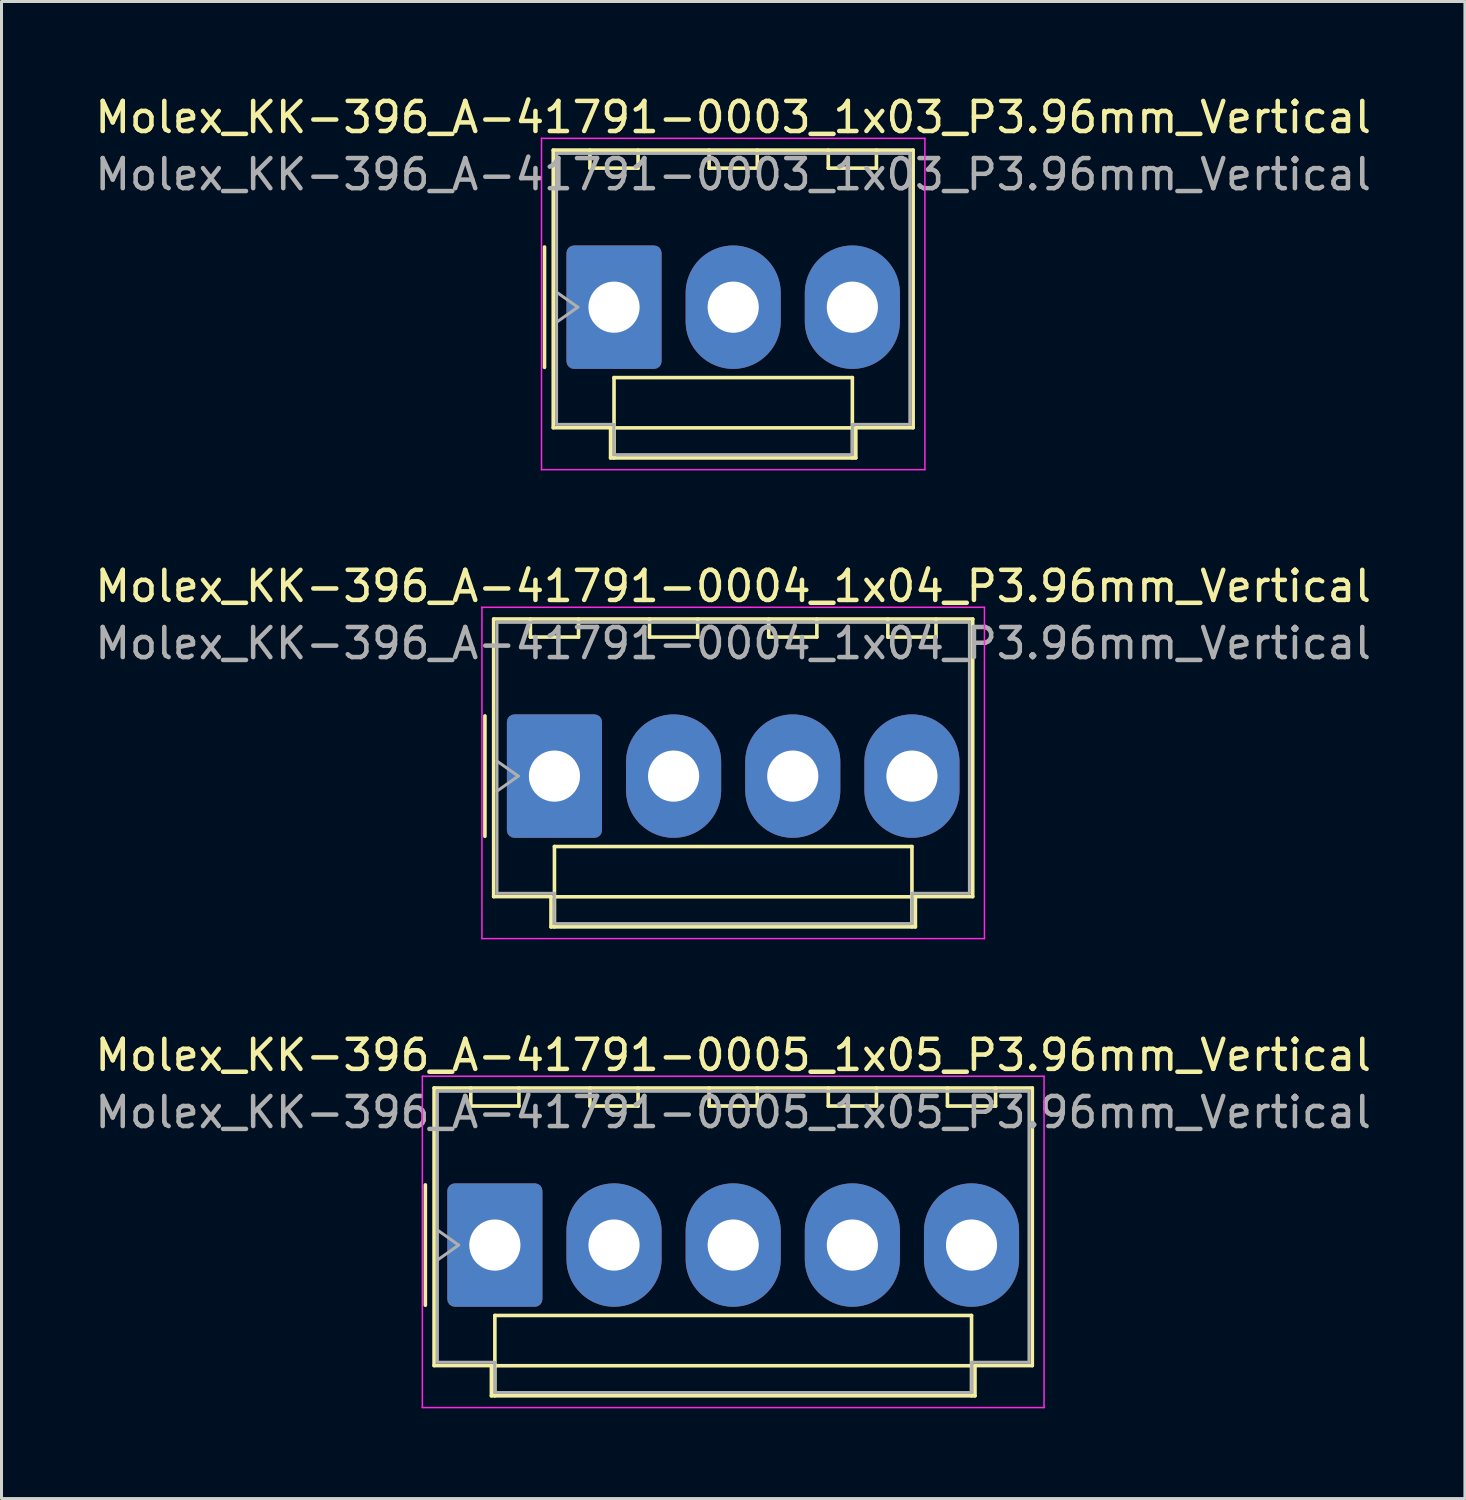
<source format=kicad_pcb>
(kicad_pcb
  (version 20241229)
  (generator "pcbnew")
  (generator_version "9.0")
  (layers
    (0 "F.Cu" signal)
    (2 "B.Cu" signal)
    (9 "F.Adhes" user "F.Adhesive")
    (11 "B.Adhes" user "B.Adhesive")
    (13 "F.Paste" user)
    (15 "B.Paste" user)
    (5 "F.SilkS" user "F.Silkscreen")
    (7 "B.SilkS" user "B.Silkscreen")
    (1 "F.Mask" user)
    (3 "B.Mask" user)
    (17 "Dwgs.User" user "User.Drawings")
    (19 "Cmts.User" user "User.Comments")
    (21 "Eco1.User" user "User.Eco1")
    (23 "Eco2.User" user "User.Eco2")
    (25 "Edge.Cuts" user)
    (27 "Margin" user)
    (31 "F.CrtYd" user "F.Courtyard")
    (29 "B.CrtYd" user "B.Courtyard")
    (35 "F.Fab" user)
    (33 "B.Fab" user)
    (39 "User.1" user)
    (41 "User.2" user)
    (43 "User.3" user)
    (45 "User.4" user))
  (footprint "Molex_KK-396_A-41791-0005_1x05_P3.96mm_Vertical"
    (layer "F.Cu")
    (at 13.395 38.325)
    (property "Reference" "Molex_KK-396_A-41791-0005_1x05_P3.96mm_Vertical" (at 7.92 -6.31 0) (layer "F.SilkS") (effects (font (size 1 1) (thickness 0.15))))
    (attr through_hole)
    (fp_line (start -2.31 -2) (end -2.31 2) (stroke (width 0.12) (type solid)) (layer "F.SilkS"))
    (fp_line (start -2.02 -5.22) (end 17.86 -5.22) (stroke (width 0.12) (type solid)) (layer "F.SilkS"))
    (fp_line (start -2.02 4.005) (end -2.02 -5.22) (stroke (width 0.12) (type solid)) (layer "F.SilkS"))
    (fp_line (start -0.8 -5.22) (end -0.8 -4.62) (stroke (width 0.12) (type solid)) (layer "F.SilkS"))
    (fp_line (start -0.8 -4.62) (end 0.8 -4.62) (stroke (width 0.12) (type solid)) (layer "F.SilkS"))
    (fp_line (start -0.115 4.005) (end -2.02 4.005) (stroke (width 0.12) (type solid)) (layer "F.SilkS"))
    (fp_line (start -0.115 5.01) (end -0.115 4.005) (stroke (width 0.12) (type solid)) (layer "F.SilkS"))
    (fp_line (start 0 2.34) (end 15.84 2.34) (stroke (width 0.12) (type solid)) (layer "F.SilkS"))
    (fp_line (start 0 4.01) (end 0 2.34) (stroke (width 0.12) (type solid)) (layer "F.SilkS"))
    (fp_line (start 0 4.01) (end 15.84 4.01) (stroke (width 0.12) (type solid)) (layer "F.SilkS"))
    (fp_line (start 0 5.01) (end 0 4.01) (stroke (width 0.12) (type solid)) (layer "F.SilkS"))
    (fp_line (start 0.8 -4.62) (end 0.8 -5.22) (stroke (width 0.12) (type solid)) (layer "F.SilkS"))
    (fp_line (start 3.16 -5.22) (end 3.16 -4.62) (stroke (width 0.12) (type solid)) (layer "F.SilkS"))
    (fp_line (start 3.16 -4.62) (end 4.76 -4.62) (stroke (width 0.12) (type solid)) (layer "F.SilkS"))
    (fp_line (start 4.76 -4.62) (end 4.76 -5.22) (stroke (width 0.12) (type solid)) (layer "F.SilkS"))
    (fp_line (start 7.12 -5.22) (end 7.12 -4.62) (stroke (width 0.12) (type solid)) (layer "F.SilkS"))
    (fp_line (start 7.12 -4.62) (end 8.72 -4.62) (stroke (width 0.12) (type solid)) (layer "F.SilkS"))
    (fp_line (start 8.72 -4.62) (end 8.72 -5.22) (stroke (width 0.12) (type solid)) (layer "F.SilkS"))
    (fp_line (start 11.08 -5.22) (end 11.08 -4.62) (stroke (width 0.12) (type solid)) (layer "F.SilkS"))
    (fp_line (start 11.08 -4.62) (end 12.68 -4.62) (stroke (width 0.12) (type solid)) (layer "F.SilkS"))
    (fp_line (start 12.68 -4.62) (end 12.68 -5.22) (stroke (width 0.12) (type solid)) (layer "F.SilkS"))
    (fp_line (start 15.04 -5.22) (end 15.04 -4.62) (stroke (width 0.12) (type solid)) (layer "F.SilkS"))
    (fp_line (start 15.04 -4.62) (end 16.64 -4.62) (stroke (width 0.12) (type solid)) (layer "F.SilkS"))
    (fp_line (start 15.84 2.34) (end 15.84 4.01) (stroke (width 0.12) (type solid)) (layer "F.SilkS"))
    (fp_line (start 15.84 4.01) (end 15.84 5.01) (stroke (width 0.12) (type solid)) (layer "F.SilkS"))
    (fp_line (start 15.955 4.005) (end 15.955 5.01) (stroke (width 0.12) (type solid)) (layer "F.SilkS"))
    (fp_line (start 15.955 5.01) (end -0.115 5.01) (stroke (width 0.12) (type solid)) (layer "F.SilkS"))
    (fp_line (start 16.64 -4.62) (end 16.64 -5.22) (stroke (width 0.12) (type solid)) (layer "F.SilkS"))
    (fp_line (start 17.86 -5.22) (end 17.86 4.005) (stroke (width 0.12) (type solid)) (layer "F.SilkS"))
    (fp_line (start 17.86 4.005) (end 15.955 4.005) (stroke (width 0.12) (type solid)) (layer "F.SilkS"))
    (fp_line (start -2.41 -5.61) (end -2.41 5.4) (stroke (width 0.05) (type solid)) (layer "F.CrtYd"))
    (fp_line (start -2.41 5.4) (end 18.25 5.4) (stroke (width 0.05) (type solid)) (layer "F.CrtYd"))
    (fp_line (start 18.25 -5.61) (end -2.41 -5.61) (stroke (width 0.05) (type solid)) (layer "F.CrtYd"))
    (fp_line (start 18.25 5.4) (end 18.25 -5.61) (stroke (width 0.05) (type solid)) (layer "F.CrtYd"))
    (fp_line (start -1.91 -5.11) (end 17.75 -5.11) (stroke (width 0.1) (type solid)) (layer "F.Fab"))
    (fp_line (start -1.91 -0.5) (end -1.203 0) (stroke (width 0.1) (type solid)) (layer "F.Fab"))
    (fp_line (start -1.91 3.895) (end -1.91 -5.11) (stroke (width 0.1) (type solid)) (layer "F.Fab"))
    (fp_line (start -1.203 0) (end -1.91 0.5) (stroke (width 0.1) (type solid)) (layer "F.Fab"))
    (fp_line (start -0.005 3.895) (end -1.91 3.895) (stroke (width 0.1) (type solid)) (layer "F.Fab"))
    (fp_line (start -0.005 4.9) (end -0.005 3.895) (stroke (width 0.1) (type solid)) (layer "F.Fab"))
    (fp_line (start 15.845 3.895) (end 15.845 4.9) (stroke (width 0.1) (type solid)) (layer "F.Fab"))
    (fp_line (start 15.845 4.9) (end -0.005 4.9) (stroke (width 0.1) (type solid)) (layer "F.Fab"))
    (fp_line (start 17.75 -5.11) (end 17.75 3.895) (stroke (width 0.1) (type solid)) (layer "F.Fab"))
    (fp_line (start 17.75 3.895) (end 15.845 3.895) (stroke (width 0.1) (type solid)) (layer "F.Fab"))
    (fp_text user "${REFERENCE}" (at 7.92 -4.41 0) (layer "F.Fab") (effects (font (size 1 1) (thickness 0.15))))
    (pad "1" thru_hole roundrect (at 0 0) (size 3.16 4.1) (drill 1.7) (layers "*.Cu" "*.Mask") (roundrect_rratio 0.079))
    (pad "2" thru_hole oval (at 3.96 0) (size 3.16 4.1) (drill 1.7) (layers "*.Cu" "*.Mask"))
    (pad "3" thru_hole oval (at 7.92 0) (size 3.16 4.1) (drill 1.7) (layers "*.Cu" "*.Mask"))
    (pad "4" thru_hole oval (at 11.88 0) (size 3.16 4.1) (drill 1.7) (layers "*.Cu" "*.Mask"))
    (pad "5" thru_hole oval (at 15.84 0) (size 3.16 4.1) (drill 1.7) (layers "*.Cu" "*.Mask")))
  (footprint "Molex_KK-396_A-41791-0003_1x03_P3.96mm_Vertical"
    (layer "F.Cu")
    (at 17.355 7.158)
    (property "Reference" "Molex_KK-396_A-41791-0003_1x03_P3.96mm_Vertical" (at 3.96 -6.31 0) (layer "F.SilkS") (effects (font (size 1 1) (thickness 0.15))))
    (attr through_hole)
    (fp_line (start -2.31 -2) (end -2.31 2) (stroke (width 0.12) (type solid)) (layer "F.SilkS"))
    (fp_line (start -2.02 -5.22) (end 9.94 -5.22) (stroke (width 0.12) (type solid)) (layer "F.SilkS"))
    (fp_line (start -2.02 4.005) (end -2.02 -5.22) (stroke (width 0.12) (type solid)) (layer "F.SilkS"))
    (fp_line (start -0.8 -5.22) (end -0.8 -4.62) (stroke (width 0.12) (type solid)) (layer "F.SilkS"))
    (fp_line (start -0.8 -4.62) (end 0.8 -4.62) (stroke (width 0.12) (type solid)) (layer "F.SilkS"))
    (fp_line (start -0.115 4.005) (end -2.02 4.005) (stroke (width 0.12) (type solid)) (layer "F.SilkS"))
    (fp_line (start -0.115 5.01) (end -0.115 4.005) (stroke (width 0.12) (type solid)) (layer "F.SilkS"))
    (fp_line (start 0 2.34) (end 7.92 2.34) (stroke (width 0.12) (type solid)) (layer "F.SilkS"))
    (fp_line (start 0 4.01) (end 0 2.34) (stroke (width 0.12) (type solid)) (layer "F.SilkS"))
    (fp_line (start 0 4.01) (end 7.92 4.01) (stroke (width 0.12) (type solid)) (layer "F.SilkS"))
    (fp_line (start 0 5.01) (end 0 4.01) (stroke (width 0.12) (type solid)) (layer "F.SilkS"))
    (fp_line (start 0.8 -4.62) (end 0.8 -5.22) (stroke (width 0.12) (type solid)) (layer "F.SilkS"))
    (fp_line (start 3.16 -5.22) (end 3.16 -4.62) (stroke (width 0.12) (type solid)) (layer "F.SilkS"))
    (fp_line (start 3.16 -4.62) (end 4.76 -4.62) (stroke (width 0.12) (type solid)) (layer "F.SilkS"))
    (fp_line (start 4.76 -4.62) (end 4.76 -5.22) (stroke (width 0.12) (type solid)) (layer "F.SilkS"))
    (fp_line (start 7.12 -5.22) (end 7.12 -4.62) (stroke (width 0.12) (type solid)) (layer "F.SilkS"))
    (fp_line (start 7.12 -4.62) (end 8.72 -4.62) (stroke (width 0.12) (type solid)) (layer "F.SilkS"))
    (fp_line (start 7.92 2.34) (end 7.92 4.01) (stroke (width 0.12) (type solid)) (layer "F.SilkS"))
    (fp_line (start 7.92 4.01) (end 7.92 5.01) (stroke (width 0.12) (type solid)) (layer "F.SilkS"))
    (fp_line (start 8.035 4.005) (end 8.035 5.01) (stroke (width 0.12) (type solid)) (layer "F.SilkS"))
    (fp_line (start 8.035 5.01) (end -0.115 5.01) (stroke (width 0.12) (type solid)) (layer "F.SilkS"))
    (fp_line (start 8.72 -4.62) (end 8.72 -5.22) (stroke (width 0.12) (type solid)) (layer "F.SilkS"))
    (fp_line (start 9.94 -5.22) (end 9.94 4.005) (stroke (width 0.12) (type solid)) (layer "F.SilkS"))
    (fp_line (start 9.94 4.005) (end 8.035 4.005) (stroke (width 0.12) (type solid)) (layer "F.SilkS"))
    (fp_line (start -2.41 -5.61) (end -2.41 5.4) (stroke (width 0.05) (type solid)) (layer "F.CrtYd"))
    (fp_line (start -2.41 5.4) (end 10.33 5.4) (stroke (width 0.05) (type solid)) (layer "F.CrtYd"))
    (fp_line (start 10.33 -5.61) (end -2.41 -5.61) (stroke (width 0.05) (type solid)) (layer "F.CrtYd"))
    (fp_line (start 10.33 5.4) (end 10.33 -5.61) (stroke (width 0.05) (type solid)) (layer "F.CrtYd"))
    (fp_line (start -1.91 -5.11) (end 9.83 -5.11) (stroke (width 0.1) (type solid)) (layer "F.Fab"))
    (fp_line (start -1.91 -0.5) (end -1.203 0) (stroke (width 0.1) (type solid)) (layer "F.Fab"))
    (fp_line (start -1.91 3.895) (end -1.91 -5.11) (stroke (width 0.1) (type solid)) (layer "F.Fab"))
    (fp_line (start -1.203 0) (end -1.91 0.5) (stroke (width 0.1) (type solid)) (layer "F.Fab"))
    (fp_line (start -0.005 3.895) (end -1.91 3.895) (stroke (width 0.1) (type solid)) (layer "F.Fab"))
    (fp_line (start -0.005 4.9) (end -0.005 3.895) (stroke (width 0.1) (type solid)) (layer "F.Fab"))
    (fp_line (start 7.925 3.895) (end 7.925 4.9) (stroke (width 0.1) (type solid)) (layer "F.Fab"))
    (fp_line (start 7.925 4.9) (end -0.005 4.9) (stroke (width 0.1) (type solid)) (layer "F.Fab"))
    (fp_line (start 9.83 -5.11) (end 9.83 3.895) (stroke (width 0.1) (type solid)) (layer "F.Fab"))
    (fp_line (start 9.83 3.895) (end 7.925 3.895) (stroke (width 0.1) (type solid)) (layer "F.Fab"))
    (fp_text user "${REFERENCE}" (at 3.96 -4.41 0) (layer "F.Fab") (effects (font (size 1 1) (thickness 0.15))))
    (pad "1" thru_hole roundrect (at 0 0) (size 3.16 4.1) (drill 1.7) (layers "*.Cu" "*.Mask") (roundrect_rratio 0.079))
    (pad "2" thru_hole oval (at 3.96 0) (size 3.16 4.1) (drill 1.7) (layers "*.Cu" "*.Mask"))
    (pad "3" thru_hole oval (at 7.92 0) (size 3.16 4.1) (drill 1.7) (layers "*.Cu" "*.Mask")))
  (footprint "Molex_KK-396_A-41791-0004_1x04_P3.96mm_Vertical"
    (layer "F.Cu")
    (at 15.375 22.741)
    (property "Reference" "Molex_KK-396_A-41791-0004_1x04_P3.96mm_Vertical" (at 5.94 -6.31 0) (layer "F.SilkS") (effects (font (size 1 1) (thickness 0.15))))
    (attr through_hole)
    (fp_line (start -2.31 -2) (end -2.31 2) (stroke (width 0.12) (type solid)) (layer "F.SilkS"))
    (fp_line (start -2.02 -5.22) (end 13.9 -5.22) (stroke (width 0.12) (type solid)) (layer "F.SilkS"))
    (fp_line (start -2.02 4.005) (end -2.02 -5.22) (stroke (width 0.12) (type solid)) (layer "F.SilkS"))
    (fp_line (start -0.8 -5.22) (end -0.8 -4.62) (stroke (width 0.12) (type solid)) (layer "F.SilkS"))
    (fp_line (start -0.8 -4.62) (end 0.8 -4.62) (stroke (width 0.12) (type solid)) (layer "F.SilkS"))
    (fp_line (start -0.115 4.005) (end -2.02 4.005) (stroke (width 0.12) (type solid)) (layer "F.SilkS"))
    (fp_line (start -0.115 5.01) (end -0.115 4.005) (stroke (width 0.12) (type solid)) (layer "F.SilkS"))
    (fp_line (start 0 2.34) (end 11.88 2.34) (stroke (width 0.12) (type solid)) (layer "F.SilkS"))
    (fp_line (start 0 4.01) (end 0 2.34) (stroke (width 0.12) (type solid)) (layer "F.SilkS"))
    (fp_line (start 0 4.01) (end 11.88 4.01) (stroke (width 0.12) (type solid)) (layer "F.SilkS"))
    (fp_line (start 0 5.01) (end 0 4.01) (stroke (width 0.12) (type solid)) (layer "F.SilkS"))
    (fp_line (start 0.8 -4.62) (end 0.8 -5.22) (stroke (width 0.12) (type solid)) (layer "F.SilkS"))
    (fp_line (start 3.16 -5.22) (end 3.16 -4.62) (stroke (width 0.12) (type solid)) (layer "F.SilkS"))
    (fp_line (start 3.16 -4.62) (end 4.76 -4.62) (stroke (width 0.12) (type solid)) (layer "F.SilkS"))
    (fp_line (start 4.76 -4.62) (end 4.76 -5.22) (stroke (width 0.12) (type solid)) (layer "F.SilkS"))
    (fp_line (start 7.12 -5.22) (end 7.12 -4.62) (stroke (width 0.12) (type solid)) (layer "F.SilkS"))
    (fp_line (start 7.12 -4.62) (end 8.72 -4.62) (stroke (width 0.12) (type solid)) (layer "F.SilkS"))
    (fp_line (start 8.72 -4.62) (end 8.72 -5.22) (stroke (width 0.12) (type solid)) (layer "F.SilkS"))
    (fp_line (start 11.08 -5.22) (end 11.08 -4.62) (stroke (width 0.12) (type solid)) (layer "F.SilkS"))
    (fp_line (start 11.08 -4.62) (end 12.68 -4.62) (stroke (width 0.12) (type solid)) (layer "F.SilkS"))
    (fp_line (start 11.88 2.34) (end 11.88 4.01) (stroke (width 0.12) (type solid)) (layer "F.SilkS"))
    (fp_line (start 11.88 4.01) (end 11.88 5.01) (stroke (width 0.12) (type solid)) (layer "F.SilkS"))
    (fp_line (start 11.995 4.005) (end 11.995 5.01) (stroke (width 0.12) (type solid)) (layer "F.SilkS"))
    (fp_line (start 11.995 5.01) (end -0.115 5.01) (stroke (width 0.12) (type solid)) (layer "F.SilkS"))
    (fp_line (start 12.68 -4.62) (end 12.68 -5.22) (stroke (width 0.12) (type solid)) (layer "F.SilkS"))
    (fp_line (start 13.9 -5.22) (end 13.9 4.005) (stroke (width 0.12) (type solid)) (layer "F.SilkS"))
    (fp_line (start 13.9 4.005) (end 11.995 4.005) (stroke (width 0.12) (type solid)) (layer "F.SilkS"))
    (fp_line (start -2.41 -5.61) (end -2.41 5.4) (stroke (width 0.05) (type solid)) (layer "F.CrtYd"))
    (fp_line (start -2.41 5.4) (end 14.29 5.4) (stroke (width 0.05) (type solid)) (layer "F.CrtYd"))
    (fp_line (start 14.29 -5.61) (end -2.41 -5.61) (stroke (width 0.05) (type solid)) (layer "F.CrtYd"))
    (fp_line (start 14.29 5.4) (end 14.29 -5.61) (stroke (width 0.05) (type solid)) (layer "F.CrtYd"))
    (fp_line (start -1.91 -5.11) (end 13.79 -5.11) (stroke (width 0.1) (type solid)) (layer "F.Fab"))
    (fp_line (start -1.91 -0.5) (end -1.203 0) (stroke (width 0.1) (type solid)) (layer "F.Fab"))
    (fp_line (start -1.91 3.895) (end -1.91 -5.11) (stroke (width 0.1) (type solid)) (layer "F.Fab"))
    (fp_line (start -1.203 0) (end -1.91 0.5) (stroke (width 0.1) (type solid)) (layer "F.Fab"))
    (fp_line (start -0.005 3.895) (end -1.91 3.895) (stroke (width 0.1) (type solid)) (layer "F.Fab"))
    (fp_line (start -0.005 4.9) (end -0.005 3.895) (stroke (width 0.1) (type solid)) (layer "F.Fab"))
    (fp_line (start 11.885 3.895) (end 11.885 4.9) (stroke (width 0.1) (type solid)) (layer "F.Fab"))
    (fp_line (start 11.885 4.9) (end -0.005 4.9) (stroke (width 0.1) (type solid)) (layer "F.Fab"))
    (fp_line (start 13.79 -5.11) (end 13.79 3.895) (stroke (width 0.1) (type solid)) (layer "F.Fab"))
    (fp_line (start 13.79 3.895) (end 11.885 3.895) (stroke (width 0.1) (type solid)) (layer "F.Fab"))
    (fp_text user "${REFERENCE}" (at 5.94 -4.41 0) (layer "F.Fab") (effects (font (size 1 1) (thickness 0.15))))
    (pad "1" thru_hole roundrect (at 0 0) (size 3.16 4.1) (drill 1.7) (layers "*.Cu" "*.Mask") (roundrect_rratio 0.079))
    (pad "2" thru_hole oval (at 3.96 0) (size 3.16 4.1) (drill 1.7) (layers "*.Cu" "*.Mask"))
    (pad "3" thru_hole oval (at 7.92 0) (size 3.16 4.1) (drill 1.7) (layers "*.Cu" "*.Mask"))
    (pad "4" thru_hole oval (at 11.88 0) (size 3.16 4.1) (drill 1.7) (layers "*.Cu" "*.Mask")))
  (gr_rect
    (start -3 -3)
    (end 45.631 46.75)
    (stroke (width 0.1) (type default))
    (fill no)
    (layer "Edge.Cuts")))
</source>
